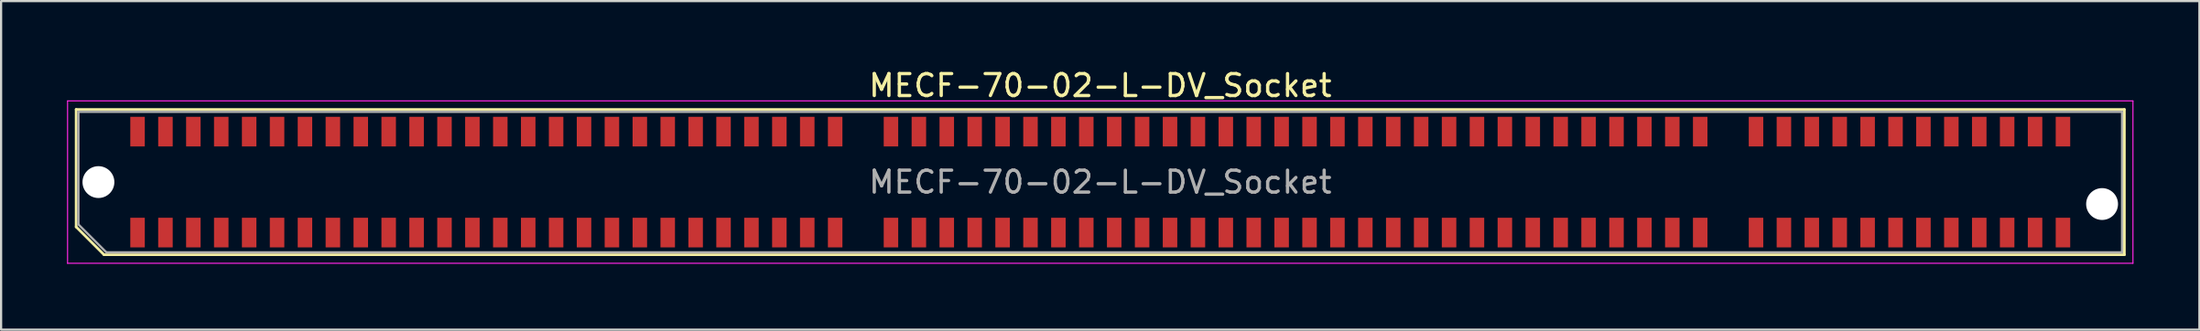
<source format=kicad_pcb>
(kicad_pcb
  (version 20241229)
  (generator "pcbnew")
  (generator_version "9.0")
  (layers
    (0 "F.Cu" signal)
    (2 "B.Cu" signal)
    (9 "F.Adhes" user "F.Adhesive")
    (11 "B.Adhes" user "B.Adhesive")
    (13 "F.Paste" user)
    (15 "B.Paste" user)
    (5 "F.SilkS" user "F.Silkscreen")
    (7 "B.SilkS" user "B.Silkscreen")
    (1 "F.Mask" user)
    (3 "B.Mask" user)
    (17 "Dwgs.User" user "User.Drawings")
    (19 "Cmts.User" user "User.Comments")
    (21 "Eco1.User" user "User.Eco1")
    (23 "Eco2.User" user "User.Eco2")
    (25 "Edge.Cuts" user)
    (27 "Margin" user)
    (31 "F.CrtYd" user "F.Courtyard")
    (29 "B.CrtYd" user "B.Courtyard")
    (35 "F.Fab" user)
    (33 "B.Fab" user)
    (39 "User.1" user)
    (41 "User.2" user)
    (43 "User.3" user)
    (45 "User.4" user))
  (footprint "MECF-70-02-L-DV_Socket"
    (layer "F.Cu")
    (at 47.025 5.248)
    (property "Reference" "MECF-70-02-L-DV_Socket" (at 0 -4.4 0) (layer "F.SilkS") (effects (font (size 1 1) (thickness 0.15))))
    (attr smd)
    (fp_line (start -46.61 -3.31) (end 46.61 -3.31) (stroke (width 0.12) (type solid)) (layer "F.SilkS"))
    (fp_line (start -46.61 2.04) (end -46.61 -3.31) (stroke (width 0.12) (type solid)) (layer "F.SilkS"))
    (fp_line (start -45.34 3.31) (end -46.61 2.04) (stroke (width 0.12) (type solid)) (layer "F.SilkS"))
    (fp_line (start -45.34 3.31) (end 46.61 3.31) (stroke (width 0.12) (type solid)) (layer "F.SilkS"))
    (fp_line (start 46.61 3.31) (end 46.61 -3.31) (stroke (width 0.12) (type solid)) (layer "F.SilkS"))
    (fp_line (start -47 -3.7) (end -47 3.7) (stroke (width 0.05) (type solid)) (layer "F.CrtYd"))
    (fp_line (start -47 3.7) (end 47 3.7) (stroke (width 0.05) (type solid)) (layer "F.CrtYd"))
    (fp_line (start 47 -3.7) (end -47 -3.7) (stroke (width 0.05) (type solid)) (layer "F.CrtYd"))
    (fp_line (start 47 3.7) (end 47 -3.7) (stroke (width 0.05) (type solid)) (layer "F.CrtYd"))
    (fp_line (start -46.505 -3.2) (end 46.505 -3.2) (stroke (width 0.1) (type solid)) (layer "F.Fab"))
    (fp_line (start -46.505 1.93) (end -46.505 -3.2) (stroke (width 0.1) (type solid)) (layer "F.Fab"))
    (fp_line (start -46.505 1.93) (end -45.235 3.2) (stroke (width 0.1) (type solid)) (layer "F.Fab"))
    (fp_line (start -45.235 3.2) (end 46.505 3.2) (stroke (width 0.1) (type solid)) (layer "F.Fab"))
    (fp_line (start 46.505 3.2) (end 46.505 -3.2) (stroke (width 0.1) (type solid)) (layer "F.Fab"))
    (fp_text user "${REFERENCE}" (at 0 0 0) (layer "F.Fab") (effects (font (size 1 1) (thickness 0.15))))
    (pad "" np_thru_hole circle (at -45.595 0) (size 1.45 1.45) (drill 1.45) (layers "*.Cu" "*.Mask"))
    (pad "" np_thru_hole circle (at 45.595 1) (size 1.45 1.45) (drill 1.45) (layers "*.Cu" "*.Mask"))
    (pad "1" smd rect (at -43.815 2.3) (size 0.66 1.35) (layers "F.Cu" "F.Mask" "F.Paste"))
    (pad "2" smd rect (at -43.815 -2.3) (size 0.66 1.35) (layers "F.Cu" "F.Mask" "F.Paste"))
    (pad "3" smd rect (at -42.545 2.3) (size 0.66 1.35) (layers "F.Cu" "F.Mask" "F.Paste"))
    (pad "4" smd rect (at -42.545 -2.3) (size 0.66 1.35) (layers "F.Cu" "F.Mask" "F.Paste"))
    (pad "5" smd rect (at -41.275 2.3) (size 0.66 1.35) (layers "F.Cu" "F.Mask" "F.Paste"))
    (pad "6" smd rect (at -41.275 -2.3) (size 0.66 1.35) (layers "F.Cu" "F.Mask" "F.Paste"))
    (pad "7" smd rect (at -40.005 2.3) (size 0.66 1.35) (layers "F.Cu" "F.Mask" "F.Paste"))
    (pad "8" smd rect (at -40.005 -2.3) (size 0.66 1.35) (layers "F.Cu" "F.Mask" "F.Paste"))
    (pad "9" smd rect (at -38.735 2.3) (size 0.66 1.35) (layers "F.Cu" "F.Mask" "F.Paste"))
    (pad "10" smd rect (at -38.735 -2.3) (size 0.66 1.35) (layers "F.Cu" "F.Mask" "F.Paste"))
    (pad "11" smd rect (at -37.465 2.3) (size 0.66 1.35) (layers "F.Cu" "F.Mask" "F.Paste"))
    (pad "12" smd rect (at -37.465 -2.3) (size 0.66 1.35) (layers "F.Cu" "F.Mask" "F.Paste"))
    (pad "13" smd rect (at -36.195 2.3) (size 0.66 1.35) (layers "F.Cu" "F.Mask" "F.Paste"))
    (pad "14" smd rect (at -36.195 -2.3) (size 0.66 1.35) (layers "F.Cu" "F.Mask" "F.Paste"))
    (pad "15" smd rect (at -34.925 2.3) (size 0.66 1.35) (layers "F.Cu" "F.Mask" "F.Paste"))
    (pad "16" smd rect (at -34.925 -2.3) (size 0.66 1.35) (layers "F.Cu" "F.Mask" "F.Paste"))
    (pad "17" smd rect (at -33.655 2.3) (size 0.66 1.35) (layers "F.Cu" "F.Mask" "F.Paste"))
    (pad "18" smd rect (at -33.655 -2.3) (size 0.66 1.35) (layers "F.Cu" "F.Mask" "F.Paste"))
    (pad "19" smd rect (at -32.385 2.3) (size 0.66 1.35) (layers "F.Cu" "F.Mask" "F.Paste"))
    (pad "20" smd rect (at -32.385 -2.3) (size 0.66 1.35) (layers "F.Cu" "F.Mask" "F.Paste"))
    (pad "21" smd rect (at -31.115 2.3) (size 0.66 1.35) (layers "F.Cu" "F.Mask" "F.Paste"))
    (pad "22" smd rect (at -31.115 -2.3) (size 0.66 1.35) (layers "F.Cu" "F.Mask" "F.Paste"))
    (pad "23" smd rect (at -29.845 2.3) (size 0.66 1.35) (layers "F.Cu" "F.Mask" "F.Paste"))
    (pad "24" smd rect (at -29.845 -2.3) (size 0.66 1.35) (layers "F.Cu" "F.Mask" "F.Paste"))
    (pad "25" smd rect (at -28.575 2.3) (size 0.66 1.35) (layers "F.Cu" "F.Mask" "F.Paste"))
    (pad "26" smd rect (at -28.575 -2.3) (size 0.66 1.35) (layers "F.Cu" "F.Mask" "F.Paste"))
    (pad "27" smd rect (at -27.305 2.3) (size 0.66 1.35) (layers "F.Cu" "F.Mask" "F.Paste"))
    (pad "28" smd rect (at -27.305 -2.3) (size 0.66 1.35) (layers "F.Cu" "F.Mask" "F.Paste"))
    (pad "29" smd rect (at -26.035 2.3) (size 0.66 1.35) (layers "F.Cu" "F.Mask" "F.Paste"))
    (pad "30" smd rect (at -26.035 -2.3) (size 0.66 1.35) (layers "F.Cu" "F.Mask" "F.Paste"))
    (pad "31" smd rect (at -24.765 2.3) (size 0.66 1.35) (layers "F.Cu" "F.Mask" "F.Paste"))
    (pad "32" smd rect (at -24.765 -2.3) (size 0.66 1.35) (layers "F.Cu" "F.Mask" "F.Paste"))
    (pad "33" smd rect (at -23.495 2.3) (size 0.66 1.35) (layers "F.Cu" "F.Mask" "F.Paste"))
    (pad "34" smd rect (at -23.495 -2.3) (size 0.66 1.35) (layers "F.Cu" "F.Mask" "F.Paste"))
    (pad "35" smd rect (at -22.225 2.3) (size 0.66 1.35) (layers "F.Cu" "F.Mask" "F.Paste"))
    (pad "36" smd rect (at -22.225 -2.3) (size 0.66 1.35) (layers "F.Cu" "F.Mask" "F.Paste"))
    (pad "37" smd rect (at -20.955 2.3) (size 0.66 1.35) (layers "F.Cu" "F.Mask" "F.Paste"))
    (pad "38" smd rect (at -20.955 -2.3) (size 0.66 1.35) (layers "F.Cu" "F.Mask" "F.Paste"))
    (pad "39" smd rect (at -19.685 2.3) (size 0.66 1.35) (layers "F.Cu" "F.Mask" "F.Paste"))
    (pad "40" smd rect (at -19.685 -2.3) (size 0.66 1.35) (layers "F.Cu" "F.Mask" "F.Paste"))
    (pad "41" smd rect (at -18.415 2.3) (size 0.66 1.35) (layers "F.Cu" "F.Mask" "F.Paste"))
    (pad "42" smd rect (at -18.415 -2.3) (size 0.66 1.35) (layers "F.Cu" "F.Mask" "F.Paste"))
    (pad "43" smd rect (at -17.145 2.3) (size 0.66 1.35) (layers "F.Cu" "F.Mask" "F.Paste"))
    (pad "44" smd rect (at -17.145 -2.3) (size 0.66 1.35) (layers "F.Cu" "F.Mask" "F.Paste"))
    (pad "45" smd rect (at -15.875 2.3) (size 0.66 1.35) (layers "F.Cu" "F.Mask" "F.Paste"))
    (pad "46" smd rect (at -15.875 -2.3) (size 0.66 1.35) (layers "F.Cu" "F.Mask" "F.Paste"))
    (pad "47" smd rect (at -14.605 2.3) (size 0.66 1.35) (layers "F.Cu" "F.Mask" "F.Paste"))
    (pad "48" smd rect (at -14.605 -2.3) (size 0.66 1.35) (layers "F.Cu" "F.Mask" "F.Paste"))
    (pad "49" smd rect (at -13.335 2.3) (size 0.66 1.35) (layers "F.Cu" "F.Mask" "F.Paste"))
    (pad "50" smd rect (at -13.335 -2.3) (size 0.66 1.35) (layers "F.Cu" "F.Mask" "F.Paste"))
    (pad "51" smd rect (at -12.065 2.3) (size 0.66 1.35) (layers "F.Cu" "F.Mask" "F.Paste"))
    (pad "52" smd rect (at -12.065 -2.3) (size 0.66 1.35) (layers "F.Cu" "F.Mask" "F.Paste"))
    (pad "55" smd rect (at -9.525 2.3) (size 0.66 1.35) (layers "F.Cu" "F.Mask" "F.Paste"))
    (pad "56" smd rect (at -9.525 -2.3) (size 0.66 1.35) (layers "F.Cu" "F.Mask" "F.Paste"))
    (pad "57" smd rect (at -8.255 2.3) (size 0.66 1.35) (layers "F.Cu" "F.Mask" "F.Paste"))
    (pad "58" smd rect (at -8.255 -2.3) (size 0.66 1.35) (layers "F.Cu" "F.Mask" "F.Paste"))
    (pad "59" smd rect (at -6.985 2.3) (size 0.66 1.35) (layers "F.Cu" "F.Mask" "F.Paste"))
    (pad "60" smd rect (at -6.985 -2.3) (size 0.66 1.35) (layers "F.Cu" "F.Mask" "F.Paste"))
    (pad "61" smd rect (at -5.715 2.3) (size 0.66 1.35) (layers "F.Cu" "F.Mask" "F.Paste"))
    (pad "62" smd rect (at -5.715 -2.3) (size 0.66 1.35) (layers "F.Cu" "F.Mask" "F.Paste"))
    (pad "63" smd rect (at -4.445 2.3) (size 0.66 1.35) (layers "F.Cu" "F.Mask" "F.Paste"))
    (pad "64" smd rect (at -4.445 -2.3) (size 0.66 1.35) (layers "F.Cu" "F.Mask" "F.Paste"))
    (pad "65" smd rect (at -3.175 2.3) (size 0.66 1.35) (layers "F.Cu" "F.Mask" "F.Paste"))
    (pad "66" smd rect (at -3.175 -2.3) (size 0.66 1.35) (layers "F.Cu" "F.Mask" "F.Paste"))
    (pad "67" smd rect (at -1.905 2.3) (size 0.66 1.35) (layers "F.Cu" "F.Mask" "F.Paste"))
    (pad "68" smd rect (at -1.905 -2.3) (size 0.66 1.35) (layers "F.Cu" "F.Mask" "F.Paste"))
    (pad "69" smd rect (at -0.635 2.3) (size 0.66 1.35) (layers "F.Cu" "F.Mask" "F.Paste"))
    (pad "70" smd rect (at -0.635 -2.3) (size 0.66 1.35) (layers "F.Cu" "F.Mask" "F.Paste"))
    (pad "71" smd rect (at 0.635 2.3) (size 0.66 1.35) (layers "F.Cu" "F.Mask" "F.Paste"))
    (pad "72" smd rect (at 0.635 -2.3) (size 0.66 1.35) (layers "F.Cu" "F.Mask" "F.Paste"))
    (pad "73" smd rect (at 1.905 2.3) (size 0.66 1.35) (layers "F.Cu" "F.Mask" "F.Paste"))
    (pad "74" smd rect (at 1.905 -2.3) (size 0.66 1.35) (layers "F.Cu" "F.Mask" "F.Paste"))
    (pad "75" smd rect (at 3.175 2.3) (size 0.66 1.35) (layers "F.Cu" "F.Mask" "F.Paste"))
    (pad "76" smd rect (at 3.175 -2.3) (size 0.66 1.35) (layers "F.Cu" "F.Mask" "F.Paste"))
    (pad "77" smd rect (at 4.445 2.3) (size 0.66 1.35) (layers "F.Cu" "F.Mask" "F.Paste"))
    (pad "78" smd rect (at 4.445 -2.3) (size 0.66 1.35) (layers "F.Cu" "F.Mask" "F.Paste"))
    (pad "79" smd rect (at 5.715 2.3) (size 0.66 1.35) (layers "F.Cu" "F.Mask" "F.Paste"))
    (pad "80" smd rect (at 5.715 -2.3) (size 0.66 1.35) (layers "F.Cu" "F.Mask" "F.Paste"))
    (pad "81" smd rect (at 6.985 2.3) (size 0.66 1.35) (layers "F.Cu" "F.Mask" "F.Paste"))
    (pad "82" smd rect (at 6.985 -2.3) (size 0.66 1.35) (layers "F.Cu" "F.Mask" "F.Paste"))
    (pad "83" smd rect (at 8.255 2.3) (size 0.66 1.35) (layers "F.Cu" "F.Mask" "F.Paste"))
    (pad "84" smd rect (at 8.255 -2.3) (size 0.66 1.35) (layers "F.Cu" "F.Mask" "F.Paste"))
    (pad "85" smd rect (at 9.525 2.3) (size 0.66 1.35) (layers "F.Cu" "F.Mask" "F.Paste"))
    (pad "86" smd rect (at 9.525 -2.3) (size 0.66 1.35) (layers "F.Cu" "F.Mask" "F.Paste"))
    (pad "87" smd rect (at 10.795 2.3) (size 0.66 1.35) (layers "F.Cu" "F.Mask" "F.Paste"))
    (pad "88" smd rect (at 10.795 -2.3) (size 0.66 1.35) (layers "F.Cu" "F.Mask" "F.Paste"))
    (pad "89" smd rect (at 12.065 2.3) (size 0.66 1.35) (layers "F.Cu" "F.Mask" "F.Paste"))
    (pad "90" smd rect (at 12.065 -2.3) (size 0.66 1.35) (layers "F.Cu" "F.Mask" "F.Paste"))
    (pad "91" smd rect (at 13.335 2.3) (size 0.66 1.35) (layers "F.Cu" "F.Mask" "F.Paste"))
    (pad "92" smd rect (at 13.335 -2.3) (size 0.66 1.35) (layers "F.Cu" "F.Mask" "F.Paste"))
    (pad "93" smd rect (at 14.605 2.3) (size 0.66 1.35) (layers "F.Cu" "F.Mask" "F.Paste"))
    (pad "94" smd rect (at 14.605 -2.3) (size 0.66 1.35) (layers "F.Cu" "F.Mask" "F.Paste"))
    (pad "95" smd rect (at 15.875 2.3) (size 0.66 1.35) (layers "F.Cu" "F.Mask" "F.Paste"))
    (pad "96" smd rect (at 15.875 -2.3) (size 0.66 1.35) (layers "F.Cu" "F.Mask" "F.Paste"))
    (pad "97" smd rect (at 17.145 2.3) (size 0.66 1.35) (layers "F.Cu" "F.Mask" "F.Paste"))
    (pad "98" smd rect (at 17.145 -2.3) (size 0.66 1.35) (layers "F.Cu" "F.Mask" "F.Paste"))
    (pad "99" smd rect (at 18.415 2.3) (size 0.66 1.35) (layers "F.Cu" "F.Mask" "F.Paste"))
    (pad "100" smd rect (at 18.415 -2.3) (size 0.66 1.35) (layers "F.Cu" "F.Mask" "F.Paste"))
    (pad "101" smd rect (at 19.685 2.3) (size 0.66 1.35) (layers "F.Cu" "F.Mask" "F.Paste"))
    (pad "102" smd rect (at 19.685 -2.3) (size 0.66 1.35) (layers "F.Cu" "F.Mask" "F.Paste"))
    (pad "103" smd rect (at 20.955 2.3) (size 0.66 1.35) (layers "F.Cu" "F.Mask" "F.Paste"))
    (pad "104" smd rect (at 20.955 -2.3) (size 0.66 1.35) (layers "F.Cu" "F.Mask" "F.Paste"))
    (pad "105" smd rect (at 22.225 2.3) (size 0.66 1.35) (layers "F.Cu" "F.Mask" "F.Paste"))
    (pad "106" smd rect (at 22.225 -2.3) (size 0.66 1.35) (layers "F.Cu" "F.Mask" "F.Paste"))
    (pad "107" smd rect (at 23.495 2.3) (size 0.66 1.35) (layers "F.Cu" "F.Mask" "F.Paste"))
    (pad "108" smd rect (at 23.495 -2.3) (size 0.66 1.35) (layers "F.Cu" "F.Mask" "F.Paste"))
    (pad "109" smd rect (at 24.765 2.3) (size 0.66 1.35) (layers "F.Cu" "F.Mask" "F.Paste"))
    (pad "110" smd rect (at 24.765 -2.3) (size 0.66 1.35) (layers "F.Cu" "F.Mask" "F.Paste"))
    (pad "111" smd rect (at 26.035 2.3) (size 0.66 1.35) (layers "F.Cu" "F.Mask" "F.Paste"))
    (pad "112" smd rect (at 26.035 -2.3) (size 0.66 1.35) (layers "F.Cu" "F.Mask" "F.Paste"))
    (pad "113" smd rect (at 27.305 2.3) (size 0.66 1.35) (layers "F.Cu" "F.Mask" "F.Paste"))
    (pad "114" smd rect (at 27.305 -2.3) (size 0.66 1.35) (layers "F.Cu" "F.Mask" "F.Paste"))
    (pad "117" smd rect (at 29.845 2.3) (size 0.66 1.35) (layers "F.Cu" "F.Mask" "F.Paste"))
    (pad "118" smd rect (at 29.845 -2.3) (size 0.66 1.35) (layers "F.Cu" "F.Mask" "F.Paste"))
    (pad "119" smd rect (at 31.115 2.3) (size 0.66 1.35) (layers "F.Cu" "F.Mask" "F.Paste"))
    (pad "120" smd rect (at 31.115 -2.3) (size 0.66 1.35) (layers "F.Cu" "F.Mask" "F.Paste"))
    (pad "121" smd rect (at 32.385 2.3) (size 0.66 1.35) (layers "F.Cu" "F.Mask" "F.Paste"))
    (pad "122" smd rect (at 32.385 -2.3) (size 0.66 1.35) (layers "F.Cu" "F.Mask" "F.Paste"))
    (pad "123" smd rect (at 33.655 2.3) (size 0.66 1.35) (layers "F.Cu" "F.Mask" "F.Paste"))
    (pad "124" smd rect (at 33.655 -2.3) (size 0.66 1.35) (layers "F.Cu" "F.Mask" "F.Paste"))
    (pad "125" smd rect (at 34.925 2.3) (size 0.66 1.35) (layers "F.Cu" "F.Mask" "F.Paste"))
    (pad "126" smd rect (at 34.925 -2.3) (size 0.66 1.35) (layers "F.Cu" "F.Mask" "F.Paste"))
    (pad "127" smd rect (at 36.195 2.3) (size 0.66 1.35) (layers "F.Cu" "F.Mask" "F.Paste"))
    (pad "128" smd rect (at 36.195 -2.3) (size 0.66 1.35) (layers "F.Cu" "F.Mask" "F.Paste"))
    (pad "129" smd rect (at 37.465 2.3) (size 0.66 1.35) (layers "F.Cu" "F.Mask" "F.Paste"))
    (pad "130" smd rect (at 37.465 -2.3) (size 0.66 1.35) (layers "F.Cu" "F.Mask" "F.Paste"))
    (pad "131" smd rect (at 38.735 2.3) (size 0.66 1.35) (layers "F.Cu" "F.Mask" "F.Paste"))
    (pad "132" smd rect (at 38.735 -2.3) (size 0.66 1.35) (layers "F.Cu" "F.Mask" "F.Paste"))
    (pad "133" smd rect (at 40.005 2.3) (size 0.66 1.35) (layers "F.Cu" "F.Mask" "F.Paste"))
    (pad "134" smd rect (at 40.005 -2.3) (size 0.66 1.35) (layers "F.Cu" "F.Mask" "F.Paste"))
    (pad "135" smd rect (at 41.275 2.3) (size 0.66 1.35) (layers "F.Cu" "F.Mask" "F.Paste"))
    (pad "136" smd rect (at 41.275 -2.3) (size 0.66 1.35) (layers "F.Cu" "F.Mask" "F.Paste"))
    (pad "137" smd rect (at 42.545 2.3) (size 0.66 1.35) (layers "F.Cu" "F.Mask" "F.Paste"))
    (pad "138" smd rect (at 42.545 -2.3) (size 0.66 1.35) (layers "F.Cu" "F.Mask" "F.Paste"))
    (pad "139" smd rect (at 43.815 2.3) (size 0.66 1.35) (layers "F.Cu" "F.Mask" "F.Paste"))
    (pad "140" smd rect (at 43.815 -2.3) (size 0.66 1.35) (layers "F.Cu" "F.Mask" "F.Paste")))
  (gr_rect
    (start -3 -3)
    (end 97.05 11.973)
    (stroke (width 0.1) (type default))
    (fill no)
    (layer "Edge.Cuts")))
</source>
